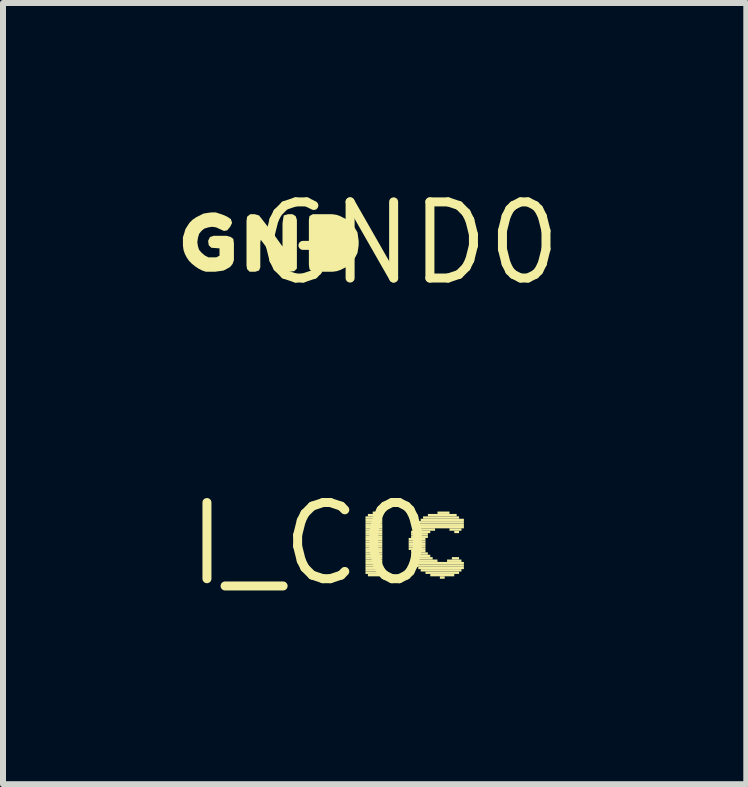
<source format=kicad_pcb>
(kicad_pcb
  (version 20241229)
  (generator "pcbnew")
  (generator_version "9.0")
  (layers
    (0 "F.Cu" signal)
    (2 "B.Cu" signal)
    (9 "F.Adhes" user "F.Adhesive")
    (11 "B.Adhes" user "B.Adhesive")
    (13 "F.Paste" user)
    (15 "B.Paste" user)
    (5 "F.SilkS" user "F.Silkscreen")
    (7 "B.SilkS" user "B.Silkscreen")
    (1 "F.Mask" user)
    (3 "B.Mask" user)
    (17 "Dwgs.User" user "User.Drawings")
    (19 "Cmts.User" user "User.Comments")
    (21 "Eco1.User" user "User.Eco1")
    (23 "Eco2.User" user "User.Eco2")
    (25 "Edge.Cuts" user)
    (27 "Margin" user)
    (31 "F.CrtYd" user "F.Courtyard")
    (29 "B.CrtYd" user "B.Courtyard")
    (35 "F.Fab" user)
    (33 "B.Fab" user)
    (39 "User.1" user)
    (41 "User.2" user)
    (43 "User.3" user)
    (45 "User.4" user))
  (footprint "I_C0"
    (layer "F.Cu")
    (at 2.124 6.019)
    (property "Reference" "I_C0" (at 0 0 0) (layer "F.SilkS") (effects (font (size 1.27 1.27) (thickness 0.15))))
    (fp_poly (pts (xy 0.92 -0.42) (xy 1.2 -0.42) (xy 1.2 -0.46) (xy 0.92 -0.46)) (stroke (width 0) (type default)) (fill yes) (layer "F.SilkS"))
    (fp_poly (pts (xy 0.92 -0.38) (xy 1.2 -0.38) (xy 1.2 -0.42) (xy 0.92 -0.42)) (stroke (width 0) (type default)) (fill yes) (layer "F.SilkS"))
    (fp_poly (pts (xy 0.92 -0.34) (xy 1.2 -0.34) (xy 1.2 -0.38) (xy 0.92 -0.38)) (stroke (width 0) (type default)) (fill yes) (layer "F.SilkS"))
    (fp_poly (pts (xy 0.92 -0.3) (xy 1.2 -0.3) (xy 1.2 -0.34) (xy 0.92 -0.34)) (stroke (width 0) (type default)) (fill yes) (layer "F.SilkS"))
    (fp_poly (pts (xy 0.92 -0.26) (xy 1.2 -0.26) (xy 1.2 -0.3) (xy 0.92 -0.3)) (stroke (width 0) (type default)) (fill yes) (layer "F.SilkS"))
    (fp_poly (pts (xy 0.92 -0.22) (xy 1.2 -0.22) (xy 1.2 -0.26) (xy 0.92 -0.26)) (stroke (width 0) (type default)) (fill yes) (layer "F.SilkS"))
    (fp_poly (pts (xy 0.92 -0.18) (xy 1.2 -0.18) (xy 1.2 -0.22) (xy 0.92 -0.22)) (stroke (width 0) (type default)) (fill yes) (layer "F.SilkS"))
    (fp_poly (pts (xy 0.92 -0.14) (xy 1.2 -0.14) (xy 1.2 -0.18) (xy 0.92 -0.18)) (stroke (width 0) (type default)) (fill yes) (layer "F.SilkS"))
    (fp_poly (pts (xy 0.92 -0.1) (xy 1.2 -0.1) (xy 1.2 -0.14) (xy 0.92 -0.14)) (stroke (width 0) (type default)) (fill yes) (layer "F.SilkS"))
    (fp_poly (pts (xy 0.92 -0.06) (xy 1.2 -0.06) (xy 1.2 -0.1) (xy 0.92 -0.1)) (stroke (width 0) (type default)) (fill yes) (layer "F.SilkS"))
    (fp_poly (pts (xy 0.92 -0.02) (xy 1.2 -0.02) (xy 1.2 -0.06) (xy 0.92 -0.06)) (stroke (width 0) (type default)) (fill yes) (layer "F.SilkS"))
    (fp_poly (pts (xy 0.92 0.02) (xy 1.2 0.02) (xy 1.2 -0.02) (xy 0.92 -0.02)) (stroke (width 0) (type default)) (fill yes) (layer "F.SilkS"))
    (fp_poly (pts (xy 0.92 0.06) (xy 1.2 0.06) (xy 1.2 0.02) (xy 0.92 0.02)) (stroke (width 0) (type default)) (fill yes) (layer "F.SilkS"))
    (fp_poly (pts (xy 0.92 0.1) (xy 1.2 0.1) (xy 1.2 0.06) (xy 0.92 0.06)) (stroke (width 0) (type default)) (fill yes) (layer "F.SilkS"))
    (fp_poly (pts (xy 0.92 0.14) (xy 1.2 0.14) (xy 1.2 0.1) (xy 0.92 0.1)) (stroke (width 0) (type default)) (fill yes) (layer "F.SilkS"))
    (fp_poly (pts (xy 0.92 0.18) (xy 1.2 0.18) (xy 1.2 0.14) (xy 0.92 0.14)) (stroke (width 0) (type default)) (fill yes) (layer "F.SilkS"))
    (fp_poly (pts (xy 0.92 0.22) (xy 1.2 0.22) (xy 1.2 0.18) (xy 0.92 0.18)) (stroke (width 0) (type default)) (fill yes) (layer "F.SilkS"))
    (fp_poly (pts (xy 0.92 0.26) (xy 1.2 0.26) (xy 1.2 0.22) (xy 0.92 0.22)) (stroke (width 0) (type default)) (fill yes) (layer "F.SilkS"))
    (fp_poly (pts (xy 0.92 0.3) (xy 1.2 0.3) (xy 1.2 0.26) (xy 0.92 0.26)) (stroke (width 0) (type default)) (fill yes) (layer "F.SilkS"))
    (fp_poly (pts (xy 0.92 0.34) (xy 1.2 0.34) (xy 1.2 0.3) (xy 0.92 0.3)) (stroke (width 0) (type default)) (fill yes) (layer "F.SilkS"))
    (fp_poly (pts (xy 0.92 0.38) (xy 1.2 0.38) (xy 1.2 0.34) (xy 0.92 0.34)) (stroke (width 0) (type default)) (fill yes) (layer "F.SilkS"))
    (fp_poly (pts (xy 0.92 0.42) (xy 1.2 0.42) (xy 1.2 0.38) (xy 0.92 0.38)) (stroke (width 0) (type default)) (fill yes) (layer "F.SilkS"))
    (fp_poly (pts (xy 0.92 0.46) (xy 1.2 0.46) (xy 1.2 0.42) (xy 0.92 0.42)) (stroke (width 0) (type default)) (fill yes) (layer "F.SilkS"))
    (fp_poly (pts (xy 0.92 0.5) (xy 1.2 0.5) (xy 1.2 0.46) (xy 0.92 0.46)) (stroke (width 0) (type default)) (fill yes) (layer "F.SilkS"))
    (fp_poly (pts (xy 0.96 -0.46) (xy 1.2 -0.46) (xy 1.2 -0.5) (xy 0.96 -0.5)) (stroke (width 0) (type default)) (fill yes) (layer "F.SilkS"))
    (fp_poly (pts (xy 0.96 0.54) (xy 1.16 0.54) (xy 1.16 0.5) (xy 0.96 0.5)) (stroke (width 0) (type default)) (fill yes) (layer "F.SilkS"))
    (fp_poly (pts (xy 1.04 -0.5) (xy 1.08 -0.5) (xy 1.08 -0.54) (xy 1.04 -0.54)) (stroke (width 0) (type default)) (fill yes) (layer "F.SilkS"))
    (fp_poly (pts (xy 1.64 -0.06) (xy 1.92 -0.06) (xy 1.92 -0.1) (xy 1.64 -0.1)) (stroke (width 0) (type default)) (fill yes) (layer "F.SilkS"))
    (fp_poly (pts (xy 1.64 -0.02) (xy 1.92 -0.02) (xy 1.92 -0.06) (xy 1.64 -0.06)) (stroke (width 0) (type default)) (fill yes) (layer "F.SilkS"))
    (fp_poly (pts (xy 1.64 0.02) (xy 1.92 0.02) (xy 1.92 -0.02) (xy 1.64 -0.02)) (stroke (width 0) (type default)) (fill yes) (layer "F.SilkS"))
    (fp_poly (pts (xy 1.64 0.06) (xy 1.92 0.06) (xy 1.92 0.02) (xy 1.64 0.02)) (stroke (width 0) (type default)) (fill yes) (layer "F.SilkS"))
    (fp_poly (pts (xy 1.64 0.1) (xy 1.92 0.1) (xy 1.92 0.06) (xy 1.64 0.06)) (stroke (width 0) (type default)) (fill yes) (layer "F.SilkS"))
    (fp_poly (pts (xy 1.68 -0.18) (xy 2 -0.18) (xy 2 -0.22) (xy 1.68 -0.22)) (stroke (width 0) (type default)) (fill yes) (layer "F.SilkS"))
    (fp_poly (pts (xy 1.68 -0.14) (xy 1.96 -0.14) (xy 1.96 -0.18) (xy 1.68 -0.18)) (stroke (width 0) (type default)) (fill yes) (layer "F.SilkS"))
    (fp_poly (pts (xy 1.68 -0.1) (xy 1.96 -0.1) (xy 1.96 -0.14) (xy 1.68 -0.14)) (stroke (width 0) (type default)) (fill yes) (layer "F.SilkS"))
    (fp_poly (pts (xy 1.68 0.14) (xy 1.92 0.14) (xy 1.92 0.1) (xy 1.68 0.1)) (stroke (width 0) (type default)) (fill yes) (layer "F.SilkS"))
    (fp_poly (pts (xy 1.68 0.18) (xy 1.96 0.18) (xy 1.96 0.14) (xy 1.68 0.14)) (stroke (width 0) (type default)) (fill yes) (layer "F.SilkS"))
    (fp_poly (pts (xy 1.68 0.22) (xy 2 0.22) (xy 2 0.18) (xy 1.68 0.18)) (stroke (width 0) (type default)) (fill yes) (layer "F.SilkS"))
    (fp_poly (pts (xy 1.68 0.26) (xy 2.04 0.26) (xy 2.04 0.22) (xy 1.68 0.22)) (stroke (width 0) (type default)) (fill yes) (layer "F.SilkS"))
    (fp_poly (pts (xy 1.72 -0.26) (xy 2.56 -0.26) (xy 2.56 -0.3) (xy 1.72 -0.3)) (stroke (width 0) (type default)) (fill yes) (layer "F.SilkS"))
    (fp_poly (pts (xy 1.72 -0.22) (xy 2.08 -0.22) (xy 2.08 -0.26) (xy 1.72 -0.26)) (stroke (width 0) (type default)) (fill yes) (layer "F.SilkS"))
    (fp_poly (pts (xy 1.72 0.3) (xy 2.12 0.3) (xy 2.12 0.26) (xy 1.72 0.26)) (stroke (width 0) (type default)) (fill yes) (layer "F.SilkS"))
    (fp_poly (pts (xy 1.76 -0.3) (xy 2.56 -0.3) (xy 2.56 -0.34) (xy 1.76 -0.34)) (stroke (width 0) (type default)) (fill yes) (layer "F.SilkS"))
    (fp_poly (pts (xy 1.76 0.34) (xy 2.56 0.34) (xy 2.56 0.3) (xy 1.76 0.3)) (stroke (width 0) (type default)) (fill yes) (layer "F.SilkS"))
    (fp_poly (pts (xy 1.76 0.38) (xy 2.56 0.38) (xy 2.56 0.34) (xy 1.76 0.34)) (stroke (width 0) (type default)) (fill yes) (layer "F.SilkS"))
    (fp_poly (pts (xy 1.8 -0.34) (xy 2.56 -0.34) (xy 2.56 -0.38) (xy 1.8 -0.38)) (stroke (width 0) (type default)) (fill yes) (layer "F.SilkS"))
    (fp_poly (pts (xy 1.8 0.42) (xy 2.56 0.42) (xy 2.56 0.38) (xy 1.8 0.38)) (stroke (width 0) (type default)) (fill yes) (layer "F.SilkS"))
    (fp_poly (pts (xy 1.84 -0.38) (xy 2.56 -0.38) (xy 2.56 -0.42) (xy 1.84 -0.42)) (stroke (width 0) (type default)) (fill yes) (layer "F.SilkS"))
    (fp_poly (pts (xy 1.84 0.46) (xy 2.52 0.46) (xy 2.52 0.42) (xy 1.84 0.42)) (stroke (width 0) (type default)) (fill yes) (layer "F.SilkS"))
    (fp_poly (pts (xy 1.88 -0.42) (xy 2.48 -0.42) (xy 2.48 -0.46) (xy 1.88 -0.46)) (stroke (width 0) (type default)) (fill yes) (layer "F.SilkS"))
    (fp_poly (pts (xy 1.92 0.5) (xy 2.48 0.5) (xy 2.48 0.46) (xy 1.92 0.46)) (stroke (width 0) (type default)) (fill yes) (layer "F.SilkS"))
    (fp_poly (pts (xy 1.96 -0.46) (xy 2.44 -0.46) (xy 2.44 -0.5) (xy 1.96 -0.5)) (stroke (width 0) (type default)) (fill yes) (layer "F.SilkS"))
    (fp_poly (pts (xy 2 0.54) (xy 2.4 0.54) (xy 2.4 0.5) (xy 2 0.5)) (stroke (width 0) (type default)) (fill yes) (layer "F.SilkS"))
    (fp_poly (pts (xy 2.12 -0.5) (xy 2.32 -0.5) (xy 2.32 -0.54) (xy 2.12 -0.54)) (stroke (width 0) (type default)) (fill yes) (layer "F.SilkS"))
    (fp_poly (pts (xy 2.16 0.58) (xy 2.24 0.58) (xy 2.24 0.54) (xy 2.16 0.54)) (stroke (width 0) (type default)) (fill yes) (layer "F.SilkS"))
    (fp_poly (pts (xy 2.28 0.3) (xy 2.52 0.3) (xy 2.52 0.26) (xy 2.28 0.26)) (stroke (width 0) (type default)) (fill yes) (layer "F.SilkS"))
    (fp_poly (pts (xy 2.32 -0.22) (xy 2.52 -0.22) (xy 2.52 -0.26) (xy 2.32 -0.26)) (stroke (width 0) (type default)) (fill yes) (layer "F.SilkS"))
    (fp_poly (pts (xy 2.36 0.26) (xy 2.48 0.26) (xy 2.48 0.22) (xy 2.36 0.22)) (stroke (width 0) (type default)) (fill yes) (layer "F.SilkS"))
    (fp_poly (pts (xy 2.4 -0.18) (xy 2.48 -0.18) (xy 2.48 -0.22) (xy 2.4 -0.22)) (stroke (width 0) (type default)) (fill yes) (layer "F.SilkS")))
  (footprint "GND0"
    (layer "F.Cu")
    (at 3.755 1.006)
    (property "Reference" "GND0" (at 0 0 0) (layer "F.SilkS") (effects (font (size 1.27 1.27) (thickness 0.15))))
    (fp_poly (pts (xy -2.487 -0.464) (xy -2.446 -0.413) (xy -2.236 -0.143) (xy -2.095 0.054) (xy -2.095 -0.33) (xy -2.085 -0.401) (xy -2.074 -0.464) (xy -2.001 -0.485) (xy -1.929 -0.485) (xy -1.876 -0.453) (xy -1.855 -0.391) (xy -1.855 0.422) (xy -1.898 0.465) (xy -1.98 0.475) (xy -2.052 0.475) (xy -2.104 0.413) (xy -2.457 -0.058) (xy -2.465 -0.01) (xy -2.465 0.401) (xy -2.486 0.454) (xy -2.549 0.475) (xy -2.642 0.475) (xy -2.685 0.432) (xy -2.695 0.37) (xy -2.695 -0.37) (xy -2.685 -0.443) (xy -2.632 -0.485) (xy -2.559 -0.485)) (stroke (width 0) (type default)) (fill yes) (layer "F.SilkS"))
    (fp_poly (pts (xy -1.199 -0.475) (xy -1.138 -0.455) (xy -1.078 -0.424) (xy -1.017 -0.394) (xy -0.956 -0.344) (xy -0.916 -0.293) (xy -0.876 -0.233) (xy -0.845 -0.182) (xy -0.835 -0.111) (xy -0.825 -0.04) (xy -0.825 0.03) (xy -0.835 0.101) (xy -0.845 0.162) (xy -0.876 0.223) (xy -0.916 0.283) (xy -0.956 0.333) (xy -1.007 0.384) (xy -1.124 0.442) (xy -1.123 0.443) (xy -1.128 0.445) (xy -1.133 0.447) (xy -1.133 0.446) (xy -1.189 0.465) (xy -1.26 0.475) (xy -1.53 0.475) (xy -1.612 0.465) (xy -1.645 0.432) (xy -1.655 0.36) (xy -1.655 -0.39) (xy -1.645 -0.453) (xy -1.591 -0.485) (xy -1.27 -0.485)) (stroke (width 0) (type default)) (fill yes) (layer "F.SilkS"))
    (fp_poly (pts (xy -3.148 -0.495) (xy -3.088 -0.475) (xy -3.018 -0.444) (xy -2.956 -0.403) (xy -2.935 -0.34) (xy -2.966 -0.277) (xy -3.017 -0.215) (xy -3.071 -0.205) (xy -3.201 -0.265) (xy -3.27 -0.275) (xy -3.329 -0.265) (xy -3.398 -0.245) (xy -3.446 -0.206) (xy -3.485 -0.158) (xy -3.505 -0.089) (xy -3.515 -0.02) (xy -3.505 0.049) (xy -3.486 0.108) (xy -3.446 0.156) (xy -3.387 0.206) (xy -3.329 0.235) (xy -3.201 0.235) (xy -3.145 0.207) (xy -3.145 0.085) (xy -3.282 0.075) (xy -3.325 0.032) (xy -3.335 -0.041) (xy -3.304 -0.104) (xy -3.241 -0.125) (xy -3.029 -0.125) (xy -2.958 -0.105) (xy -2.915 -0.073) (xy -2.905 -0.000355) (xy -2.905 0.281) (xy -2.926 0.342) (xy -2.967 0.394) (xy -3.018 0.424) (xy -3.078 0.455) (xy -3.149 0.465) (xy -3.22 0.475) (xy -3.371 0.475) (xy -3.432 0.455) (xy -3.493 0.424) (xy -3.553 0.384) (xy -3.603 0.344) (xy -3.654 0.293) (xy -3.694 0.233) (xy -3.725 0.172) (xy -3.745 0.111) (xy -3.755 0.04) (xy -3.755 -0.101) (xy -3.735 -0.161) (xy -3.715 -0.232) (xy -3.684 -0.283) (xy -3.644 -0.343) (xy -3.593 -0.394) (xy -3.533 -0.434) (xy -3.412 -0.495) (xy -3.351 -0.505) (xy -3.28 -0.515) (xy -3.209 -0.515)) (stroke (width 0) (type default)) (fill yes) (layer "F.SilkS")))
  (gr_rect
    (start -3 -3)
    (end 9.393 10.025)
    (stroke (width 0.1) (type default))
    (fill no)
    (layer "Edge.Cuts")))
</source>
